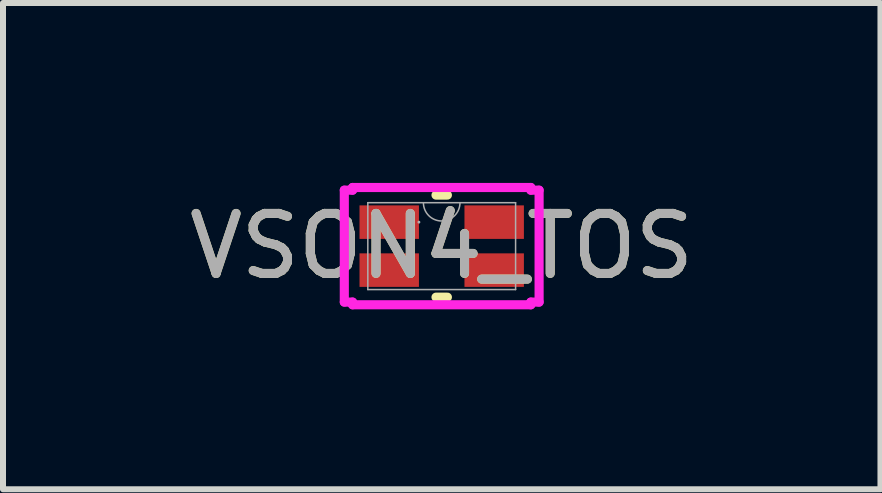
<source format=kicad_pcb>
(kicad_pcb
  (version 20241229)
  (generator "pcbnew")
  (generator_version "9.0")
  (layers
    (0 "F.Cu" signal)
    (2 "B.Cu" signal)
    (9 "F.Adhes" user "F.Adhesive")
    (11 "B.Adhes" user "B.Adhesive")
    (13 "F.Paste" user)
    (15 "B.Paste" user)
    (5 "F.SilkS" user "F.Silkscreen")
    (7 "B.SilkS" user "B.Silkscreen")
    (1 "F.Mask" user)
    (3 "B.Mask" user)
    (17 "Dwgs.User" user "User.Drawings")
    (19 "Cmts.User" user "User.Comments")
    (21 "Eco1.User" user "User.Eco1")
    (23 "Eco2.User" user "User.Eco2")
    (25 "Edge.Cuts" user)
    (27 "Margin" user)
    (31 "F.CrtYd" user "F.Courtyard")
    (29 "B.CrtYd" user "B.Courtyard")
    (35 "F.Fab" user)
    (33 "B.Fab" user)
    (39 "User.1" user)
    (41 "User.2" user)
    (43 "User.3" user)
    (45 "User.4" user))
  (footprint "VSON4_TOS"
    (layer "F.Cu")
    (at 4.315 1.054)
    (property "Reference" "VSON4_TOS" (at 0 0 0) (unlocked yes) (layer "F.SilkS") (effects (font (size 1 1) (thickness 0.15))))
    (attr smd)
    (fp_line (start -0.095 0.851) (end 0.095 0.851) (stroke (width 0.152) (type solid)) (layer "F.SilkS"))
    (fp_line (start 0.095 -0.851) (end -0.095 -0.851) (stroke (width 0.152) (type solid)) (layer "F.SilkS"))
    (fp_line (start -1.624 -0.933) (end -1.486 -0.933) (stroke (width 0.152) (type solid)) (layer "F.CrtYd"))
    (fp_line (start -1.624 0.933) (end -1.624 -0.933) (stroke (width 0.152) (type solid)) (layer "F.CrtYd"))
    (fp_line (start -1.624 0.933) (end -1.486 0.933) (stroke (width 0.152) (type solid)) (layer "F.CrtYd"))
    (fp_line (start -1.486 -0.978) (end 1.486 -0.978) (stroke (width 0.152) (type solid)) (layer "F.CrtYd"))
    (fp_line (start -1.486 -0.933) (end -1.486 -0.978) (stroke (width 0.152) (type solid)) (layer "F.CrtYd"))
    (fp_line (start -1.486 0.978) (end -1.486 0.933) (stroke (width 0.152) (type solid)) (layer "F.CrtYd"))
    (fp_line (start 1.486 -0.978) (end 1.486 -0.933) (stroke (width 0.152) (type solid)) (layer "F.CrtYd"))
    (fp_line (start 1.486 0.933) (end 1.486 0.978) (stroke (width 0.152) (type solid)) (layer "F.CrtYd"))
    (fp_line (start 1.486 0.978) (end -1.486 0.978) (stroke (width 0.152) (type solid)) (layer "F.CrtYd"))
    (fp_line (start 1.624 -0.933) (end 1.486 -0.933) (stroke (width 0.152) (type solid)) (layer "F.CrtYd"))
    (fp_line (start 1.624 -0.933) (end 1.624 0.933) (stroke (width 0.152) (type solid)) (layer "F.CrtYd"))
    (fp_line (start 1.624 0.933) (end 1.486 0.933) (stroke (width 0.152) (type solid)) (layer "F.CrtYd"))
    (fp_line (start -1.232 -0.724) (end -1.232 0.724) (stroke (width 0.025) (type solid)) (layer "F.Fab"))
    (fp_line (start -1.232 0.724) (end 1.232 0.724) (stroke (width 0.025) (type solid)) (layer "F.Fab"))
    (fp_line (start 1.232 -0.724) (end -1.232 -0.724) (stroke (width 0.025) (type solid)) (layer "F.Fab"))
    (fp_line (start 1.232 0.724) (end 1.232 -0.724) (stroke (width 0.025) (type solid)) (layer "F.Fab"))
    (fp_arc (start 0.3048 -0.7239) (mid 0 -0.4191) (end -0.3048 -0.7239) (stroke (width 0.0254) (type solid)) (layer "F.Fab"))
    (fp_circle (center -0.38 -0.4) (end -0.38 -0.4) (stroke (width 0.025) (type solid)) (fill no) (layer "F.Fab"))
    (fp_text user "${REFERENCE}" (at 0 0 0) (unlocked yes) (layer "F.Fab") (effects (font (size 1 1) (thickness 0.15))))
    (pad "1" smd rect (at -0.875 -0.4) (size 0.991 0.559) (layers "F.Cu" "F.Mask" "F.Paste"))
    (pad "2" smd rect (at -0.875 0.4) (size 0.991 0.559) (layers "F.Cu" "F.Mask" "F.Paste"))
    (pad "3" smd rect (at 0.875 0.4) (size 0.991 0.559) (layers "F.Cu" "F.Mask" "F.Paste"))
    (pad "4" smd rect (at 0.875 -0.4) (size 0.991 0.559) (layers "F.Cu" "F.Mask" "F.Paste")))
  (gr_rect
    (start -3 -3)
    (end 11.631 5.108)
    (stroke (width 0.1) (type default))
    (fill no)
    (layer "Edge.Cuts")))
</source>
